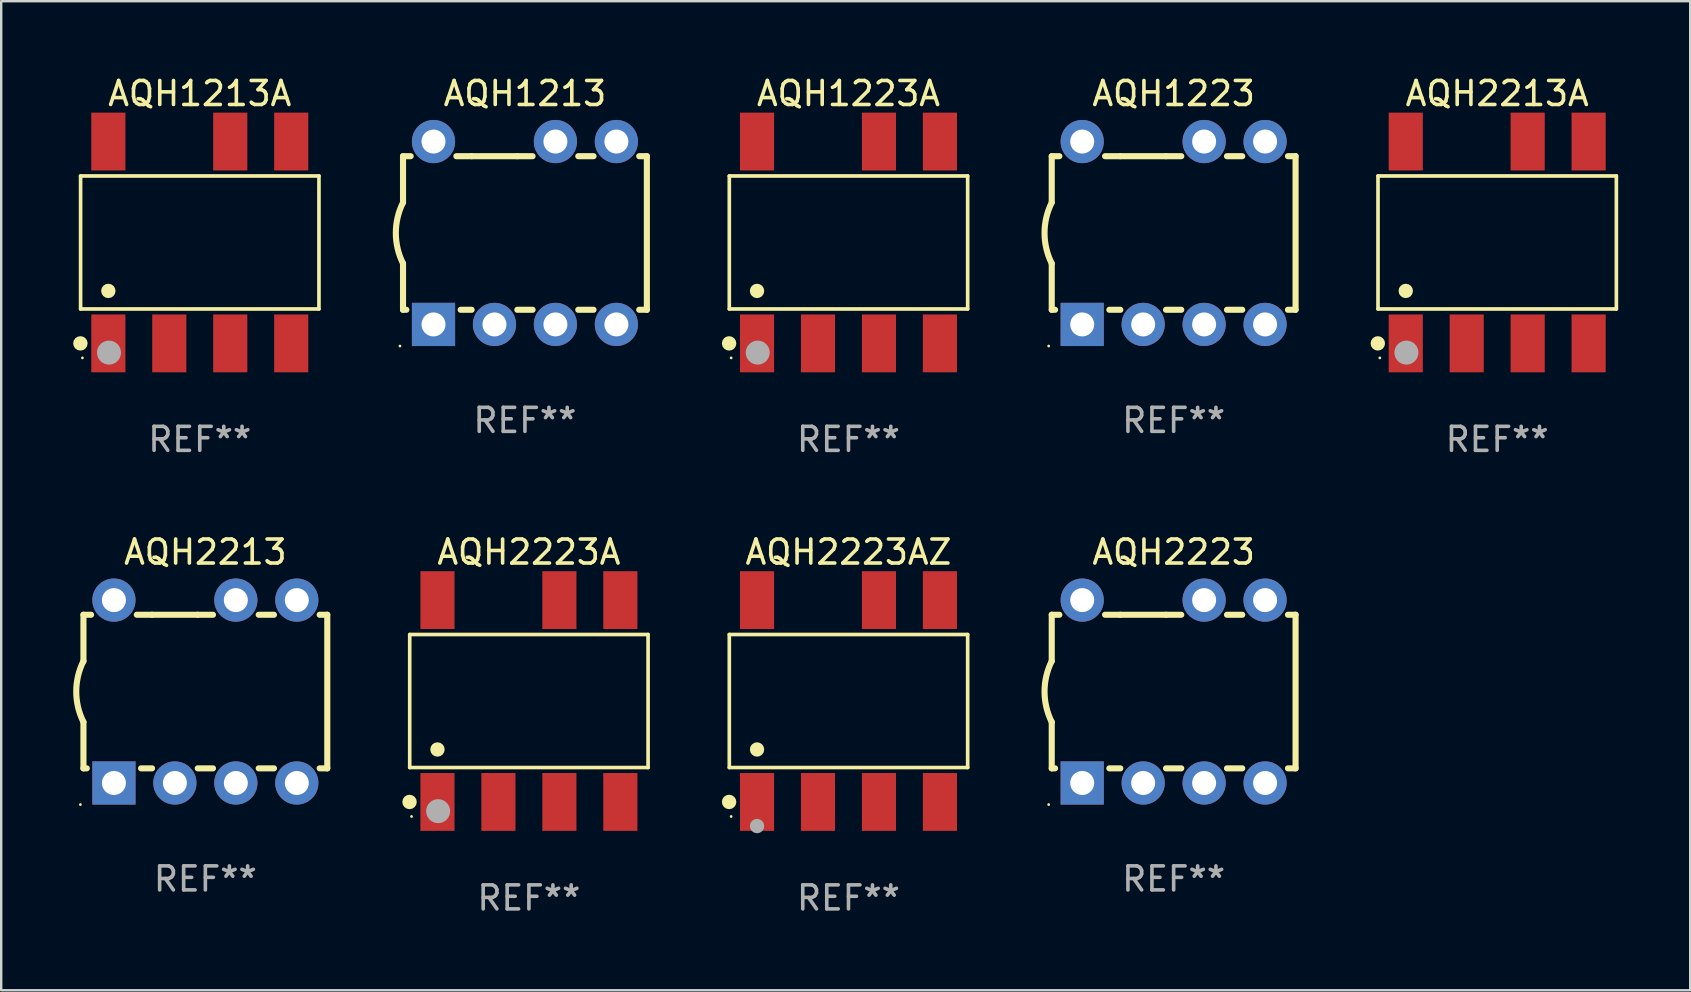
<source format=kicad_pcb>
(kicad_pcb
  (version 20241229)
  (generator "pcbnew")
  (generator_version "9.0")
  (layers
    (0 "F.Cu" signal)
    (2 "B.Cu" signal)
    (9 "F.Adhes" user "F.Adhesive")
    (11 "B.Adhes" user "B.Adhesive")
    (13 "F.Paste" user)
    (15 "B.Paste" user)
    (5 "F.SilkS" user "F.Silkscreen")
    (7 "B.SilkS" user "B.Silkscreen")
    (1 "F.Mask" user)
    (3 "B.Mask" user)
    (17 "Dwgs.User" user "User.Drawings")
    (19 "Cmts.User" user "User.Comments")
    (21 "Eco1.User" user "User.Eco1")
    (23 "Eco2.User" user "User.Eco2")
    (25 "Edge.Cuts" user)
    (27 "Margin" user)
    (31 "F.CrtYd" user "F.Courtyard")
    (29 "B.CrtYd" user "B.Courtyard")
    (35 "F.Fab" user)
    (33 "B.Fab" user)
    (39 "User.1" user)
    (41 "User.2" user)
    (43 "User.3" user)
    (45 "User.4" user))
  (footprint "AQH2223"
    (layer "F.Cu")
    (at 45.853 25.765)
    (property "Reference" "AQH2223" (at 0 -5.81 0) (layer "F.SilkS") (effects (font (size 1 1) (thickness 0.15))))
    (attr through_hole)
    (fp_line (start -5.08 -3.2) (end -4.762 -3.2) (stroke (width 0.254) (type solid)) (layer "F.SilkS"))
    (fp_line (start -5.08 -1.27) (end -5.08 -3.2) (stroke (width 0.254) (type solid)) (layer "F.SilkS"))
    (fp_line (start -5.08 3.2) (end -5.08 1.27) (stroke (width 0.254) (type solid)) (layer "F.SilkS"))
    (fp_line (start -5.08 3.2) (end -4.941 3.2) (stroke (width 0.254) (type solid)) (layer "F.SilkS"))
    (fp_line (start -2.858 -3.2) (end -2.222 -3.2) (stroke (width 0.254) (type solid)) (layer "F.SilkS"))
    (fp_line (start -2.679 3.2) (end -2.222 3.2) (stroke (width 0.254) (type solid)) (layer "F.SilkS"))
    (fp_line (start -2.222 -3.2) (end -0.318 -3.2) (stroke (width 0.254) (type solid)) (layer "F.SilkS"))
    (fp_line (start -0.318 -3.2) (end 0.318 -3.2) (stroke (width 0.254) (type solid)) (layer "F.SilkS"))
    (fp_line (start -0.318 3.2) (end 0.318 3.2) (stroke (width 0.254) (type solid)) (layer "F.SilkS"))
    (fp_line (start 2.222 -3.2) (end 2.858 -3.2) (stroke (width 0.254) (type solid)) (layer "F.SilkS"))
    (fp_line (start 2.222 3.2) (end 2.858 3.2) (stroke (width 0.254) (type solid)) (layer "F.SilkS"))
    (fp_line (start 4.762 -3.2) (end 5.08 -3.2) (stroke (width 0.254) (type solid)) (layer "F.SilkS"))
    (fp_line (start 4.762 3.2) (end 5.08 3.2) (stroke (width 0.254) (type solid)) (layer "F.SilkS"))
    (fp_line (start 5.08 3.2) (end 5.08 -3.2) (stroke (width 0.254) (type solid)) (layer "F.SilkS"))
    (fp_arc (start -5.080011 1.270002) (mid -5.379818 -0.000001) (end -5.08001 -1.270003) (stroke (width 0.254001) (type solid)) (layer "F.SilkS"))
    (fp_circle (center -5.207 4.71) (end -5.177 4.71) (stroke (width 0.06) (type solid)) (fill no) (layer "F.SilkS"))
    (fp_text user "REF**" (at 0 7.81 0) (layer "F.Fab") (effects (font (size 1 1) (thickness 0.15))))
    (pad "1" thru_hole rect (at -3.81 3.81) (size 1.8 1.8) (drill 1) (layers "*.Cu" "*.Mask"))
    (pad "2" thru_hole circle (at -1.27 3.81) (size 1.8 1.8) (drill 1) (layers "*.Cu" "*.Mask"))
    (pad "3" thru_hole circle (at 1.27 3.81) (size 1.8 1.8) (drill 1) (layers "*.Cu" "*.Mask"))
    (pad "4" thru_hole circle (at 3.81 3.81) (size 1.8 1.8) (drill 1) (layers "*.Cu" "*.Mask"))
    (pad "5" thru_hole circle (at 3.81 -3.81) (size 1.8 1.8) (drill 1) (layers "*.Cu" "*.Mask"))
    (pad "6" thru_hole circle (at 1.27 -3.81) (size 1.8 1.8) (drill 1) (layers "*.Cu" "*.Mask"))
    (pad "8" thru_hole circle (at -3.81 -3.81) (size 1.8 1.8) (drill 1) (layers "*.Cu" "*.Mask")))
  (footprint "AQH2223AZ"
    (layer "F.Cu")
    (at 32.304 26.16)
    (property "Reference" "AQH2223AZ" (at 0 -6.205 0) (layer "F.SilkS") (effects (font (size 1 1) (thickness 0.15))))
    (attr through_hole)
    (fp_line (start -4.966 -2.771) (end 4.966 -2.771) (stroke (width 0.152) (type solid)) (layer "F.SilkS"))
    (fp_line (start -4.966 2.771) (end -4.966 -2.771) (stroke (width 0.152) (type solid)) (layer "F.SilkS"))
    (fp_line (start 4.966 -2.771) (end 4.966 2.771) (stroke (width 0.152) (type solid)) (layer "F.SilkS"))
    (fp_line (start 4.966 2.771) (end -4.966 2.771) (stroke (width 0.152) (type solid)) (layer "F.SilkS"))
    (fp_circle (center -4.974 4.205) (end -4.823 4.205) (stroke (width 0.3) (type solid)) (fill no) (layer "F.SilkS"))
    (fp_circle (center -4.89 4.81) (end -4.86 4.81) (stroke (width 0.06) (type solid)) (fill no) (layer "F.SilkS"))
    (fp_circle (center -3.81 2.019) (end -3.66 2.019) (stroke (width 0.3) (type solid)) (fill no) (layer "F.SilkS"))
    (fp_circle (center -3.81 5.21) (end -3.66 5.21) (stroke (width 0.3) (type solid)) (fill no) (layer "F.Fab"))
    (fp_text user "REF**" (at 0 8.205 0) (layer "F.Fab") (effects (font (size 1 1) (thickness 0.15))))
    (pad "1" smd rect (at -3.81 4.205) (size 1.422 2.41) (layers "F.Cu" "F.Mask" "F.Paste"))
    (pad "2" smd rect (at -1.27 4.205) (size 1.422 2.41) (layers "F.Cu" "F.Mask" "F.Paste"))
    (pad "3" smd rect (at 1.27 4.205) (size 1.422 2.41) (layers "F.Cu" "F.Mask" "F.Paste"))
    (pad "4" smd rect (at 3.81 4.205) (size 1.422 2.41) (layers "F.Cu" "F.Mask" "F.Paste"))
    (pad "5" smd rect (at 3.81 -4.205) (size 1.422 2.41) (layers "F.Cu" "F.Mask" "F.Paste"))
    (pad "6" smd rect (at 1.27 -4.205) (size 1.422 2.41) (layers "F.Cu" "F.Mask" "F.Paste"))
    (pad "8" smd rect (at -3.81 -4.205) (size 1.422 2.41) (layers "F.Cu" "F.Mask" "F.Paste")))
  (footprint "AQH1213"
    (layer "F.Cu")
    (at 18.823 6.658)
    (property "Reference" "AQH1213" (at 0 -5.81 0) (layer "F.SilkS") (effects (font (size 1 1) (thickness 0.15))))
    (attr through_hole)
    (fp_line (start -5.08 -3.2) (end -4.762 -3.2) (stroke (width 0.254) (type solid)) (layer "F.SilkS"))
    (fp_line (start -5.08 -1.27) (end -5.08 -3.2) (stroke (width 0.254) (type solid)) (layer "F.SilkS"))
    (fp_line (start -5.08 3.2) (end -5.08 1.27) (stroke (width 0.254) (type solid)) (layer "F.SilkS"))
    (fp_line (start -5.08 3.2) (end -4.941 3.2) (stroke (width 0.254) (type solid)) (layer "F.SilkS"))
    (fp_line (start -2.858 -3.2) (end -2.222 -3.2) (stroke (width 0.254) (type solid)) (layer "F.SilkS"))
    (fp_line (start -2.679 3.2) (end -2.222 3.2) (stroke (width 0.254) (type solid)) (layer "F.SilkS"))
    (fp_line (start -2.222 -3.2) (end -0.318 -3.2) (stroke (width 0.254) (type solid)) (layer "F.SilkS"))
    (fp_line (start -0.318 -3.2) (end 0.318 -3.2) (stroke (width 0.254) (type solid)) (layer "F.SilkS"))
    (fp_line (start -0.318 3.2) (end 0.318 3.2) (stroke (width 0.254) (type solid)) (layer "F.SilkS"))
    (fp_line (start 2.222 -3.2) (end 2.858 -3.2) (stroke (width 0.254) (type solid)) (layer "F.SilkS"))
    (fp_line (start 2.222 3.2) (end 2.858 3.2) (stroke (width 0.254) (type solid)) (layer "F.SilkS"))
    (fp_line (start 4.762 -3.2) (end 5.08 -3.2) (stroke (width 0.254) (type solid)) (layer "F.SilkS"))
    (fp_line (start 4.762 3.2) (end 5.08 3.2) (stroke (width 0.254) (type solid)) (layer "F.SilkS"))
    (fp_line (start 5.08 3.2) (end 5.08 -3.2) (stroke (width 0.254) (type solid)) (layer "F.SilkS"))
    (fp_arc (start -5.080011 1.270002) (mid -5.379818 -0.000001) (end -5.08001 -1.270003) (stroke (width 0.254001) (type solid)) (layer "F.SilkS"))
    (fp_circle (center -5.207 4.71) (end -5.177 4.71) (stroke (width 0.06) (type solid)) (fill no) (layer "F.SilkS"))
    (fp_text user "REF**" (at 0 7.81 0) (layer "F.Fab") (effects (font (size 1 1) (thickness 0.15))))
    (pad "1" thru_hole rect (at -3.81 3.81) (size 1.8 1.8) (drill 1) (layers "*.Cu" "*.Mask"))
    (pad "2" thru_hole circle (at -1.27 3.81) (size 1.8 1.8) (drill 1) (layers "*.Cu" "*.Mask"))
    (pad "3" thru_hole circle (at 1.27 3.81) (size 1.8 1.8) (drill 1) (layers "*.Cu" "*.Mask"))
    (pad "4" thru_hole circle (at 3.81 3.81) (size 1.8 1.8) (drill 1) (layers "*.Cu" "*.Mask"))
    (pad "5" thru_hole circle (at 3.81 -3.81) (size 1.8 1.8) (drill 1) (layers "*.Cu" "*.Mask"))
    (pad "6" thru_hole circle (at 1.27 -3.81) (size 1.8 1.8) (drill 1) (layers "*.Cu" "*.Mask"))
    (pad "8" thru_hole circle (at -3.81 -3.81) (size 1.8 1.8) (drill 1) (layers "*.Cu" "*.Mask")))
  (footprint "AQH1223A"
    (layer "F.Cu")
    (at 32.304 7.053)
    (property "Reference" "AQH1223A" (at 0 -6.205 0) (layer "F.SilkS") (effects (font (size 1 1) (thickness 0.15))))
    (attr through_hole)
    (fp_line (start -4.966 -2.771) (end 4.966 -2.771) (stroke (width 0.152) (type solid)) (layer "F.SilkS"))
    (fp_line (start -4.966 2.771) (end -4.966 -2.771) (stroke (width 0.152) (type solid)) (layer "F.SilkS"))
    (fp_line (start 4.966 -2.771) (end 4.966 2.771) (stroke (width 0.152) (type solid)) (layer "F.SilkS"))
    (fp_line (start 4.966 2.771) (end -4.966 2.771) (stroke (width 0.152) (type solid)) (layer "F.SilkS"))
    (fp_circle (center -4.974 4.205) (end -4.823 4.205) (stroke (width 0.3) (type solid)) (fill no) (layer "F.SilkS"))
    (fp_circle (center -4.89 4.81) (end -4.86 4.81) (stroke (width 0.06) (type solid)) (fill no) (layer "F.SilkS"))
    (fp_circle (center -3.81 2.019) (end -3.66 2.019) (stroke (width 0.3) (type solid)) (fill no) (layer "F.SilkS"))
    (fp_circle (center -3.782 4.589) (end -3.532 4.589) (stroke (width 0.5) (type solid)) (fill no) (layer "F.Fab"))
    (fp_text user "REF**" (at 0 8.205 0) (layer "F.Fab") (effects (font (size 1 1) (thickness 0.15))))
    (pad "1" smd rect (at -3.81 4.205) (size 1.422 2.41) (layers "F.Cu" "F.Mask" "F.Paste"))
    (pad "2" smd rect (at -1.27 4.205) (size 1.422 2.41) (layers "F.Cu" "F.Mask" "F.Paste"))
    (pad "3" smd rect (at 1.27 4.205) (size 1.422 2.41) (layers "F.Cu" "F.Mask" "F.Paste"))
    (pad "4" smd rect (at 3.81 4.205) (size 1.422 2.41) (layers "F.Cu" "F.Mask" "F.Paste"))
    (pad "5" smd rect (at 3.81 -4.205) (size 1.422 2.41) (layers "F.Cu" "F.Mask" "F.Paste"))
    (pad "6" smd rect (at 1.27 -4.205) (size 1.422 2.41) (layers "F.Cu" "F.Mask" "F.Paste"))
    (pad "8" smd rect (at -3.81 -4.205) (size 1.422 2.41) (layers "F.Cu" "F.Mask" "F.Paste")))
  (footprint "AQH1213A"
    (layer "F.Cu")
    (at 5.274 7.053)
    (property "Reference" "AQH1213A" (at 0 -6.205 0) (layer "F.SilkS") (effects (font (size 1 1) (thickness 0.15))))
    (attr through_hole)
    (fp_line (start -4.966 -2.771) (end 4.966 -2.771) (stroke (width 0.152) (type solid)) (layer "F.SilkS"))
    (fp_line (start -4.966 2.771) (end -4.966 -2.771) (stroke (width 0.152) (type solid)) (layer "F.SilkS"))
    (fp_line (start 4.966 -2.771) (end 4.966 2.771) (stroke (width 0.152) (type solid)) (layer "F.SilkS"))
    (fp_line (start 4.966 2.771) (end -4.966 2.771) (stroke (width 0.152) (type solid)) (layer "F.SilkS"))
    (fp_circle (center -4.974 4.205) (end -4.823 4.205) (stroke (width 0.3) (type solid)) (fill no) (layer "F.SilkS"))
    (fp_circle (center -4.89 4.81) (end -4.86 4.81) (stroke (width 0.06) (type solid)) (fill no) (layer "F.SilkS"))
    (fp_circle (center -3.81 2.019) (end -3.66 2.019) (stroke (width 0.3) (type solid)) (fill no) (layer "F.SilkS"))
    (fp_circle (center -3.782 4.589) (end -3.532 4.589) (stroke (width 0.5) (type solid)) (fill no) (layer "F.Fab"))
    (fp_text user "REF**" (at 0 8.205 0) (layer "F.Fab") (effects (font (size 1 1) (thickness 0.15))))
    (pad "1" smd rect (at -3.81 4.205) (size 1.422 2.41) (layers "F.Cu" "F.Mask" "F.Paste"))
    (pad "2" smd rect (at -1.27 4.205) (size 1.422 2.41) (layers "F.Cu" "F.Mask" "F.Paste"))
    (pad "3" smd rect (at 1.27 4.205) (size 1.422 2.41) (layers "F.Cu" "F.Mask" "F.Paste"))
    (pad "4" smd rect (at 3.81 4.205) (size 1.422 2.41) (layers "F.Cu" "F.Mask" "F.Paste"))
    (pad "5" smd rect (at 3.81 -4.205) (size 1.422 2.41) (layers "F.Cu" "F.Mask" "F.Paste"))
    (pad "6" smd rect (at 1.27 -4.205) (size 1.422 2.41) (layers "F.Cu" "F.Mask" "F.Paste"))
    (pad "8" smd rect (at -3.81 -4.205) (size 1.422 2.41) (layers "F.Cu" "F.Mask" "F.Paste")))
  (footprint "AQH1223"
    (layer "F.Cu")
    (at 45.853 6.658)
    (property "Reference" "AQH1223" (at 0 -5.81 0) (layer "F.SilkS") (effects (font (size 1 1) (thickness 0.15))))
    (attr through_hole)
    (fp_line (start -5.08 -3.2) (end -4.762 -3.2) (stroke (width 0.254) (type solid)) (layer "F.SilkS"))
    (fp_line (start -5.08 -1.27) (end -5.08 -3.2) (stroke (width 0.254) (type solid)) (layer "F.SilkS"))
    (fp_line (start -5.08 3.2) (end -5.08 1.27) (stroke (width 0.254) (type solid)) (layer "F.SilkS"))
    (fp_line (start -5.08 3.2) (end -4.941 3.2) (stroke (width 0.254) (type solid)) (layer "F.SilkS"))
    (fp_line (start -2.858 -3.2) (end -2.222 -3.2) (stroke (width 0.254) (type solid)) (layer "F.SilkS"))
    (fp_line (start -2.679 3.2) (end -2.222 3.2) (stroke (width 0.254) (type solid)) (layer "F.SilkS"))
    (fp_line (start -2.222 -3.2) (end -0.318 -3.2) (stroke (width 0.254) (type solid)) (layer "F.SilkS"))
    (fp_line (start -0.318 -3.2) (end 0.318 -3.2) (stroke (width 0.254) (type solid)) (layer "F.SilkS"))
    (fp_line (start -0.318 3.2) (end 0.318 3.2) (stroke (width 0.254) (type solid)) (layer "F.SilkS"))
    (fp_line (start 2.222 -3.2) (end 2.858 -3.2) (stroke (width 0.254) (type solid)) (layer "F.SilkS"))
    (fp_line (start 2.222 3.2) (end 2.858 3.2) (stroke (width 0.254) (type solid)) (layer "F.SilkS"))
    (fp_line (start 4.762 -3.2) (end 5.08 -3.2) (stroke (width 0.254) (type solid)) (layer "F.SilkS"))
    (fp_line (start 4.762 3.2) (end 5.08 3.2) (stroke (width 0.254) (type solid)) (layer "F.SilkS"))
    (fp_line (start 5.08 3.2) (end 5.08 -3.2) (stroke (width 0.254) (type solid)) (layer "F.SilkS"))
    (fp_arc (start -5.080011 1.270002) (mid -5.379818 -0.000001) (end -5.08001 -1.270003) (stroke (width 0.254001) (type solid)) (layer "F.SilkS"))
    (fp_circle (center -5.207 4.71) (end -5.177 4.71) (stroke (width 0.06) (type solid)) (fill no) (layer "F.SilkS"))
    (fp_text user "REF**" (at 0 7.81 0) (layer "F.Fab") (effects (font (size 1 1) (thickness 0.15))))
    (pad "1" thru_hole rect (at -3.81 3.81) (size 1.8 1.8) (drill 1) (layers "*.Cu" "*.Mask"))
    (pad "2" thru_hole circle (at -1.27 3.81) (size 1.8 1.8) (drill 1) (layers "*.Cu" "*.Mask"))
    (pad "3" thru_hole circle (at 1.27 3.81) (size 1.8 1.8) (drill 1) (layers "*.Cu" "*.Mask"))
    (pad "4" thru_hole circle (at 3.81 3.81) (size 1.8 1.8) (drill 1) (layers "*.Cu" "*.Mask"))
    (pad "5" thru_hole circle (at 3.81 -3.81) (size 1.8 1.8) (drill 1) (layers "*.Cu" "*.Mask"))
    (pad "6" thru_hole circle (at 1.27 -3.81) (size 1.8 1.8) (drill 1) (layers "*.Cu" "*.Mask"))
    (pad "8" thru_hole circle (at -3.81 -3.81) (size 1.8 1.8) (drill 1) (layers "*.Cu" "*.Mask")))
  (footprint "AQH2213A"
    (layer "F.Cu")
    (at 59.334 7.053)
    (property "Reference" "AQH2213A" (at 0 -6.205 0) (layer "F.SilkS") (effects (font (size 1 1) (thickness 0.15))))
    (attr through_hole)
    (fp_line (start -4.966 -2.771) (end 4.966 -2.771) (stroke (width 0.152) (type solid)) (layer "F.SilkS"))
    (fp_line (start -4.966 2.771) (end -4.966 -2.771) (stroke (width 0.152) (type solid)) (layer "F.SilkS"))
    (fp_line (start 4.966 -2.771) (end 4.966 2.771) (stroke (width 0.152) (type solid)) (layer "F.SilkS"))
    (fp_line (start 4.966 2.771) (end -4.966 2.771) (stroke (width 0.152) (type solid)) (layer "F.SilkS"))
    (fp_circle (center -4.974 4.205) (end -4.823 4.205) (stroke (width 0.3) (type solid)) (fill no) (layer "F.SilkS"))
    (fp_circle (center -4.89 4.81) (end -4.86 4.81) (stroke (width 0.06) (type solid)) (fill no) (layer "F.SilkS"))
    (fp_circle (center -3.81 2.019) (end -3.66 2.019) (stroke (width 0.3) (type solid)) (fill no) (layer "F.SilkS"))
    (fp_circle (center -3.782 4.589) (end -3.532 4.589) (stroke (width 0.5) (type solid)) (fill no) (layer "F.Fab"))
    (fp_text user "REF**" (at 0 8.205 0) (layer "F.Fab") (effects (font (size 1 1) (thickness 0.15))))
    (pad "1" smd rect (at -3.81 4.205) (size 1.422 2.41) (layers "F.Cu" "F.Mask" "F.Paste"))
    (pad "2" smd rect (at -1.27 4.205) (size 1.422 2.41) (layers "F.Cu" "F.Mask" "F.Paste"))
    (pad "3" smd rect (at 1.27 4.205) (size 1.422 2.41) (layers "F.Cu" "F.Mask" "F.Paste"))
    (pad "4" smd rect (at 3.81 4.205) (size 1.422 2.41) (layers "F.Cu" "F.Mask" "F.Paste"))
    (pad "5" smd rect (at 3.81 -4.205) (size 1.422 2.41) (layers "F.Cu" "F.Mask" "F.Paste"))
    (pad "6" smd rect (at 1.27 -4.205) (size 1.422 2.41) (layers "F.Cu" "F.Mask" "F.Paste"))
    (pad "8" smd rect (at -3.81 -4.205) (size 1.422 2.41) (layers "F.Cu" "F.Mask" "F.Paste")))
  (footprint "AQH2213"
    (layer "F.Cu")
    (at 5.507 25.765)
    (property "Reference" "AQH2213" (at 0 -5.81 0) (layer "F.SilkS") (effects (font (size 1 1) (thickness 0.15))))
    (attr through_hole)
    (fp_line (start -5.08 -3.2) (end -4.762 -3.2) (stroke (width 0.254) (type solid)) (layer "F.SilkS"))
    (fp_line (start -5.08 -1.27) (end -5.08 -3.2) (stroke (width 0.254) (type solid)) (layer "F.SilkS"))
    (fp_line (start -5.08 3.2) (end -5.08 1.27) (stroke (width 0.254) (type solid)) (layer "F.SilkS"))
    (fp_line (start -5.08 3.2) (end -4.941 3.2) (stroke (width 0.254) (type solid)) (layer "F.SilkS"))
    (fp_line (start -2.858 -3.2) (end -2.222 -3.2) (stroke (width 0.254) (type solid)) (layer "F.SilkS"))
    (fp_line (start -2.679 3.2) (end -2.222 3.2) (stroke (width 0.254) (type solid)) (layer "F.SilkS"))
    (fp_line (start -2.222 -3.2) (end -0.318 -3.2) (stroke (width 0.254) (type solid)) (layer "F.SilkS"))
    (fp_line (start -0.318 -3.2) (end 0.318 -3.2) (stroke (width 0.254) (type solid)) (layer "F.SilkS"))
    (fp_line (start -0.318 3.2) (end 0.318 3.2) (stroke (width 0.254) (type solid)) (layer "F.SilkS"))
    (fp_line (start 2.222 -3.2) (end 2.858 -3.2) (stroke (width 0.254) (type solid)) (layer "F.SilkS"))
    (fp_line (start 2.222 3.2) (end 2.858 3.2) (stroke (width 0.254) (type solid)) (layer "F.SilkS"))
    (fp_line (start 4.762 -3.2) (end 5.08 -3.2) (stroke (width 0.254) (type solid)) (layer "F.SilkS"))
    (fp_line (start 4.762 3.2) (end 5.08 3.2) (stroke (width 0.254) (type solid)) (layer "F.SilkS"))
    (fp_line (start 5.08 3.2) (end 5.08 -3.2) (stroke (width 0.254) (type solid)) (layer "F.SilkS"))
    (fp_arc (start -5.080011 1.270002) (mid -5.379818 -0.000001) (end -5.08001 -1.270003) (stroke (width 0.254001) (type solid)) (layer "F.SilkS"))
    (fp_circle (center -5.207 4.71) (end -5.177 4.71) (stroke (width 0.06) (type solid)) (fill no) (layer "F.SilkS"))
    (fp_text user "REF**" (at 0 7.81 0) (layer "F.Fab") (effects (font (size 1 1) (thickness 0.15))))
    (pad "1" thru_hole rect (at -3.81 3.81) (size 1.8 1.8) (drill 1) (layers "*.Cu" "*.Mask"))
    (pad "2" thru_hole circle (at -1.27 3.81) (size 1.8 1.8) (drill 1) (layers "*.Cu" "*.Mask"))
    (pad "3" thru_hole circle (at 1.27 3.81) (size 1.8 1.8) (drill 1) (layers "*.Cu" "*.Mask"))
    (pad "4" thru_hole circle (at 3.81 3.81) (size 1.8 1.8) (drill 1) (layers "*.Cu" "*.Mask"))
    (pad "5" thru_hole circle (at 3.81 -3.81) (size 1.8 1.8) (drill 1) (layers "*.Cu" "*.Mask"))
    (pad "6" thru_hole circle (at 1.27 -3.81) (size 1.8 1.8) (drill 1) (layers "*.Cu" "*.Mask"))
    (pad "8" thru_hole circle (at -3.81 -3.81) (size 1.8 1.8) (drill 1) (layers "*.Cu" "*.Mask")))
  (footprint "AQH2223A"
    (layer "F.Cu")
    (at 18.988 26.16)
    (property "Reference" "AQH2223A" (at 0 -6.205 0) (layer "F.SilkS") (effects (font (size 1 1) (thickness 0.15))))
    (attr through_hole)
    (fp_line (start -4.966 -2.771) (end 4.966 -2.771) (stroke (width 0.152) (type solid)) (layer "F.SilkS"))
    (fp_line (start -4.966 2.771) (end -4.966 -2.771) (stroke (width 0.152) (type solid)) (layer "F.SilkS"))
    (fp_line (start 4.966 -2.771) (end 4.966 2.771) (stroke (width 0.152) (type solid)) (layer "F.SilkS"))
    (fp_line (start 4.966 2.771) (end -4.966 2.771) (stroke (width 0.152) (type solid)) (layer "F.SilkS"))
    (fp_circle (center -4.974 4.205) (end -4.823 4.205) (stroke (width 0.3) (type solid)) (fill no) (layer "F.SilkS"))
    (fp_circle (center -4.89 4.81) (end -4.86 4.81) (stroke (width 0.06) (type solid)) (fill no) (layer "F.SilkS"))
    (fp_circle (center -3.81 2.019) (end -3.66 2.019) (stroke (width 0.3) (type solid)) (fill no) (layer "F.SilkS"))
    (fp_circle (center -3.782 4.589) (end -3.532 4.589) (stroke (width 0.5) (type solid)) (fill no) (layer "F.Fab"))
    (fp_text user "REF**" (at 0 8.205 0) (layer "F.Fab") (effects (font (size 1 1) (thickness 0.15))))
    (pad "1" smd rect (at -3.81 4.205) (size 1.422 2.41) (layers "F.Cu" "F.Mask" "F.Paste"))
    (pad "2" smd rect (at -1.27 4.205) (size 1.422 2.41) (layers "F.Cu" "F.Mask" "F.Paste"))
    (pad "3" smd rect (at 1.27 4.205) (size 1.422 2.41) (layers "F.Cu" "F.Mask" "F.Paste"))
    (pad "4" smd rect (at 3.81 4.205) (size 1.422 2.41) (layers "F.Cu" "F.Mask" "F.Paste"))
    (pad "5" smd rect (at 3.81 -4.205) (size 1.422 2.41) (layers "F.Cu" "F.Mask" "F.Paste"))
    (pad "6" smd rect (at 1.27 -4.205) (size 1.422 2.41) (layers "F.Cu" "F.Mask" "F.Paste"))
    (pad "8" smd rect (at -3.81 -4.205) (size 1.422 2.41) (layers "F.Cu" "F.Mask" "F.Paste")))
  (gr_rect
    (start -3 -3)
    (end 67.376 38.213)
    (stroke (width 0.1) (type default))
    (fill no)
    (layer "Edge.Cuts")))
</source>
